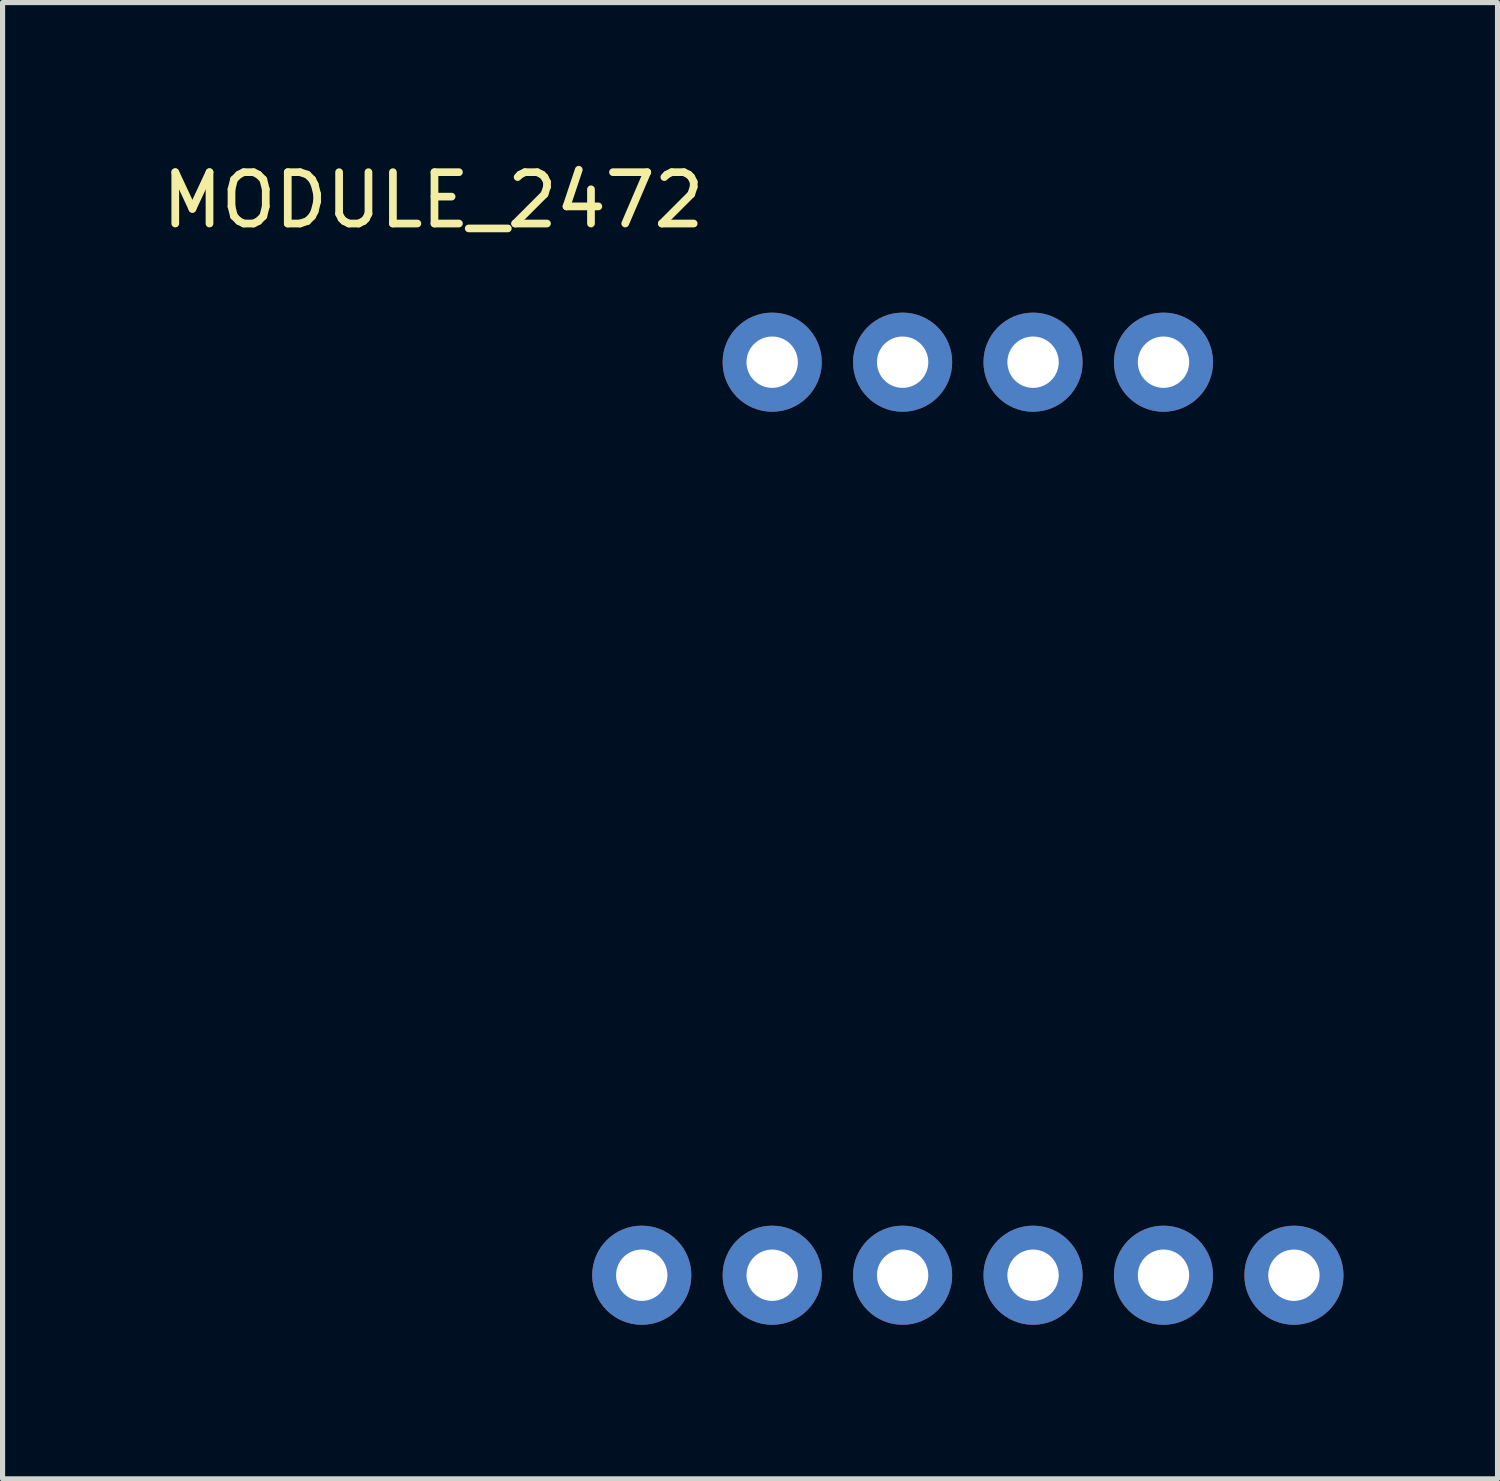
<source format=kicad_pcb>
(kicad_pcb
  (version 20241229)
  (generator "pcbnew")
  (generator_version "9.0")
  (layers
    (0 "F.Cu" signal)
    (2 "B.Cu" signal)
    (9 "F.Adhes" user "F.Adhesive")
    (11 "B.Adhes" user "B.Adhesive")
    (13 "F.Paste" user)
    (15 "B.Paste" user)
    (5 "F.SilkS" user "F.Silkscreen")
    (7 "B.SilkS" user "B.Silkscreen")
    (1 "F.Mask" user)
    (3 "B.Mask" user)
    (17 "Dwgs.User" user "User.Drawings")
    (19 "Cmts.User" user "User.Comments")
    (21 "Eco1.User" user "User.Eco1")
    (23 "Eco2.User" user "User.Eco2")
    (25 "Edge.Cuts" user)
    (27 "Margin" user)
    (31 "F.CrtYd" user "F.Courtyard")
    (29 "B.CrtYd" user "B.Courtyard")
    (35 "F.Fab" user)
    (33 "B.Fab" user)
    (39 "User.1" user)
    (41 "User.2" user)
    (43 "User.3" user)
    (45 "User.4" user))
  (footprint "MODULE_2472"
    (layer "F.Cu")
    (at 15.797 12.893)
    (property "Reference" "MODULE_2472" (at -10.41 -12.045 0) (layer "F.SilkS") (effects (font (size 1 1) (thickness 0.15))))
    (attr through_hole)
    (pad "1" thru_hole circle (at -6.35 8.89) (size 1.93 1.93) (drill 1) (layers "*.Cu" "*.Mask"))
    (pad "2" thru_hole circle (at -3.81 8.89) (size 1.93 1.93) (drill 1) (layers "*.Cu" "*.Mask"))
    (pad "3" thru_hole circle (at -1.27 8.89) (size 1.93 1.93) (drill 1) (layers "*.Cu" "*.Mask"))
    (pad "4" thru_hole circle (at 1.27 8.89) (size 1.93 1.93) (drill 1) (layers "*.Cu" "*.Mask"))
    (pad "5" thru_hole circle (at 3.81 8.89) (size 1.93 1.93) (drill 1) (layers "*.Cu" "*.Mask"))
    (pad "6" thru_hole circle (at 6.35 8.89) (size 1.93 1.93) (drill 1) (layers "*.Cu" "*.Mask"))
    (pad "7" thru_hole circle (at 3.81 -8.89) (size 1.93 1.93) (drill 1) (layers "*.Cu" "*.Mask"))
    (pad "8" thru_hole circle (at 1.27 -8.89) (size 1.93 1.93) (drill 1) (layers "*.Cu" "*.Mask"))
    (pad "9" thru_hole circle (at -1.27 -8.89) (size 1.93 1.93) (drill 1) (layers "*.Cu" "*.Mask"))
    (pad "10" thru_hole circle (at -3.81 -8.89) (size 1.93 1.93) (drill 1) (layers "*.Cu" "*.Mask")))
  (gr_rect
    (start -3 -3)
    (end 26.112 25.748)
    (stroke (width 0.1) (type default))
    (fill no)
    (layer "Edge.Cuts")))
</source>
